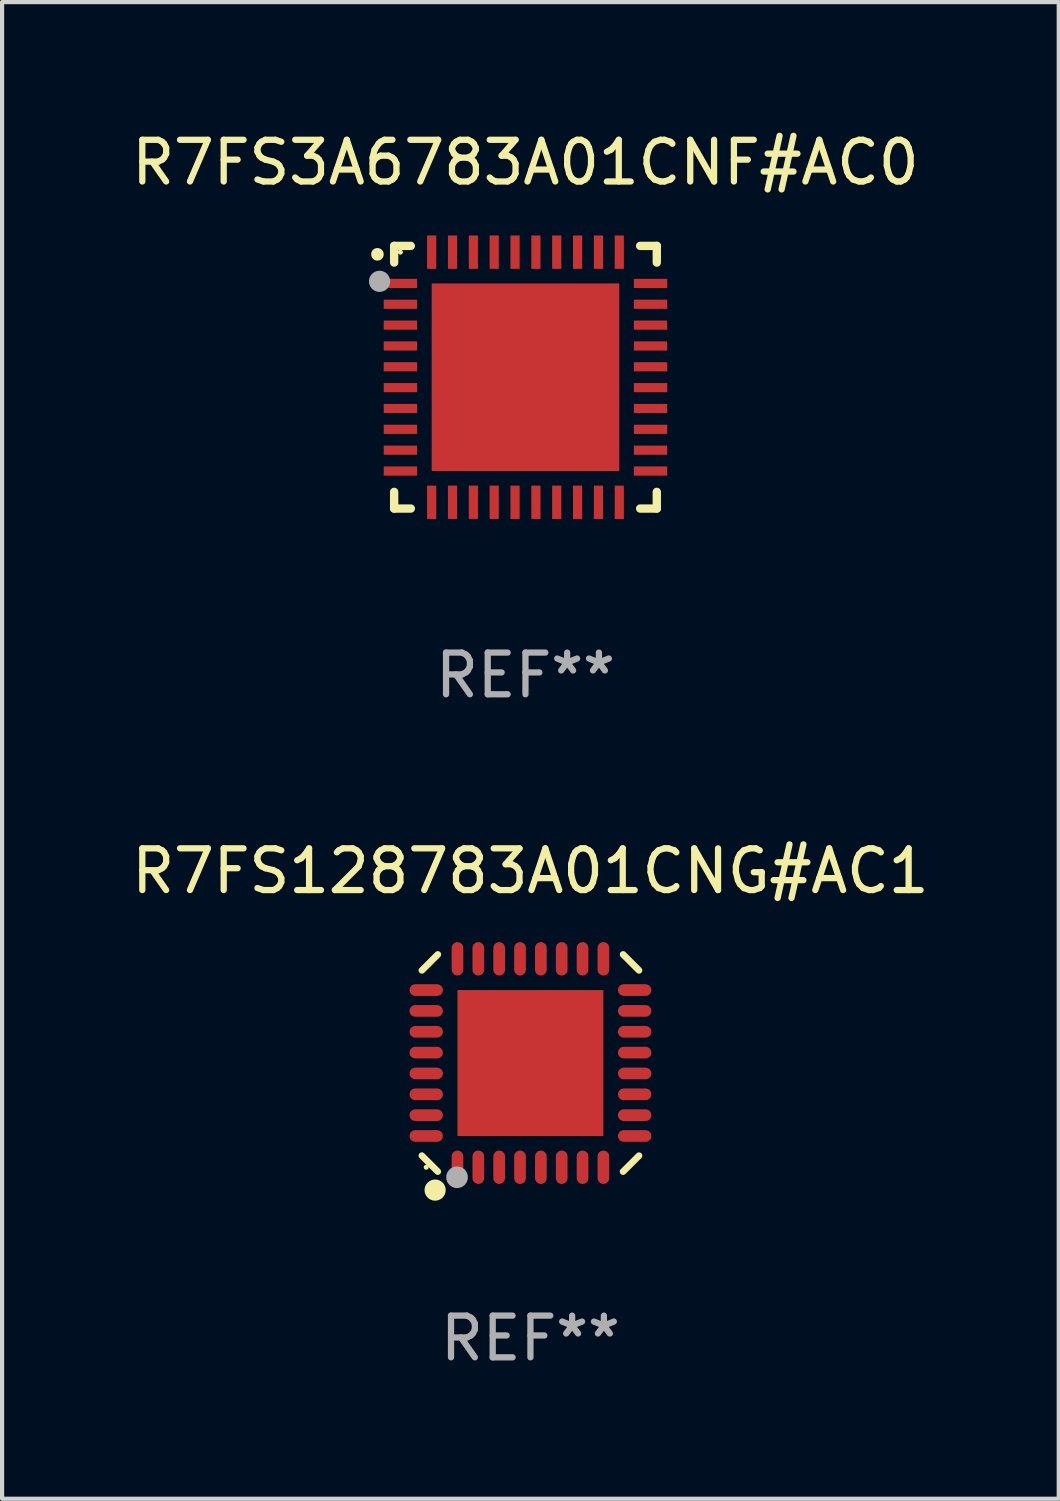
<source format=kicad_pcb>
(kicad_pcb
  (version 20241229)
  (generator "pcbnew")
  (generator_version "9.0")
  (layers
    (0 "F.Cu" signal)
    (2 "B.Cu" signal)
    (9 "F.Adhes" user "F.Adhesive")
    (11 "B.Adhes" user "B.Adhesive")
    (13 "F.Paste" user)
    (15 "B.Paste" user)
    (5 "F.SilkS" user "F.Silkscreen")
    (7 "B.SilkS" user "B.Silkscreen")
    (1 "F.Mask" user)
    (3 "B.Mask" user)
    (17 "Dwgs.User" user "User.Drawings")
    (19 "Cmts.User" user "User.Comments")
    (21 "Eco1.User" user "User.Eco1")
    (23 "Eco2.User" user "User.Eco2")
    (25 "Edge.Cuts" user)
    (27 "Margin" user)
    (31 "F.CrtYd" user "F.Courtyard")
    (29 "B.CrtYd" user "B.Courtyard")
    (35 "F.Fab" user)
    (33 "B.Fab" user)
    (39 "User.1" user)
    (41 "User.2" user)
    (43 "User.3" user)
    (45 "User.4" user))
  (footprint "R7FS3A6783A01CNF#AC0"
    (layer "F.Cu")
    (at 9.554 5.998)
    (property "Reference" "R7FS3A6783A01CNF#AC0" (at 0 -5.15 0) (layer "F.SilkS") (effects (font (size 1 1) (thickness 0.15))))
    (attr through_hole)
    (fp_line (start -3.15 -3.15) (end -2.75 -3.15) (stroke (width 0.2) (type solid)) (layer "F.SilkS"))
    (fp_line (start -3.15 -2.75) (end -3.15 -3.15) (stroke (width 0.2) (type solid)) (layer "F.SilkS"))
    (fp_line (start -3.15 3.15) (end -3.15 2.75) (stroke (width 0.2) (type solid)) (layer "F.SilkS"))
    (fp_line (start -2.75 3.15) (end -3.15 3.15) (stroke (width 0.2) (type solid)) (layer "F.SilkS"))
    (fp_line (start 2.75 -3.15) (end 3.15 -3.15) (stroke (width 0.2) (type solid)) (layer "F.SilkS"))
    (fp_line (start 2.75 3.15) (end 3.15 3.15) (stroke (width 0.2) (type solid)) (layer "F.SilkS"))
    (fp_line (start 3.15 -3.15) (end 3.15 -2.75) (stroke (width 0.2) (type solid)) (layer "F.SilkS"))
    (fp_line (start 3.15 3.15) (end 3.15 2.75) (stroke (width 0.2) (type solid)) (layer "F.SilkS"))
    (fp_arc (start -3.550927 -2.946406) (mid -3.550932 -2.947676) (end -3.550927 -2.948946) (stroke (width 0.3) (type solid)) (layer "F.SilkS"))
    (fp_circle (center -3 -3) (end -2.97 -3) (stroke (width 0.06) (type solid)) (fill no) (layer "F.SilkS"))
    (fp_circle (center -3.5 -2.3) (end -3.373 -2.3) (stroke (width 0.254) (type solid)) (fill no) (layer "F.Fab"))
    (fp_text user "REF**" (at 0 7.15 0) (layer "F.Fab") (effects (font (size 1 1) (thickness 0.15))))
    (pad "1" smd rect (at -3 -2.25) (size 0.8 0.22) (layers "F.Cu" "F.Mask" "F.Paste"))
    (pad "2" smd rect (at -3 -1.75) (size 0.8 0.22) (layers "F.Cu" "F.Mask" "F.Paste"))
    (pad "3" smd rect (at -3 -1.25) (size 0.8 0.22) (layers "F.Cu" "F.Mask" "F.Paste"))
    (pad "4" smd rect (at -3 -0.75) (size 0.8 0.22) (layers "F.Cu" "F.Mask" "F.Paste"))
    (pad "5" smd rect (at -3 -0.25) (size 0.8 0.22) (layers "F.Cu" "F.Mask" "F.Paste"))
    (pad "6" smd rect (at -3 0.25) (size 0.8 0.22) (layers "F.Cu" "F.Mask" "F.Paste"))
    (pad "7" smd rect (at -3 0.75) (size 0.8 0.22) (layers "F.Cu" "F.Mask" "F.Paste"))
    (pad "8" smd rect (at -3 1.25) (size 0.8 0.22) (layers "F.Cu" "F.Mask" "F.Paste"))
    (pad "9" smd rect (at -3 1.75) (size 0.8 0.22) (layers "F.Cu" "F.Mask" "F.Paste"))
    (pad "10" smd rect (at -3 2.25) (size 0.8 0.22) (layers "F.Cu" "F.Mask" "F.Paste"))
    (pad "11" smd rect (at -2.25 3) (size 0.22 0.8) (layers "F.Cu" "F.Mask" "F.Paste"))
    (pad "12" smd rect (at -1.75 3) (size 0.22 0.8) (layers "F.Cu" "F.Mask" "F.Paste"))
    (pad "13" smd rect (at -1.25 3) (size 0.22 0.8) (layers "F.Cu" "F.Mask" "F.Paste"))
    (pad "14" smd rect (at -0.75 3) (size 0.22 0.8) (layers "F.Cu" "F.Mask" "F.Paste"))
    (pad "15" smd rect (at -0.25 3) (size 0.22 0.8) (layers "F.Cu" "F.Mask" "F.Paste"))
    (pad "16" smd rect (at 0.25 3) (size 0.22 0.8) (layers "F.Cu" "F.Mask" "F.Paste"))
    (pad "17" smd rect (at 0.75 3) (size 0.22 0.8) (layers "F.Cu" "F.Mask" "F.Paste"))
    (pad "18" smd rect (at 1.25 3) (size 0.22 0.8) (layers "F.Cu" "F.Mask" "F.Paste"))
    (pad "19" smd rect (at 1.75 3) (size 0.22 0.8) (layers "F.Cu" "F.Mask" "F.Paste"))
    (pad "20" smd rect (at 2.25 3) (size 0.22 0.8) (layers "F.Cu" "F.Mask" "F.Paste"))
    (pad "21" smd rect (at 3 2.25) (size 0.8 0.22) (layers "F.Cu" "F.Mask" "F.Paste"))
    (pad "22" smd rect (at 3 1.75) (size 0.8 0.22) (layers "F.Cu" "F.Mask" "F.Paste"))
    (pad "23" smd rect (at 3 1.25) (size 0.8 0.22) (layers "F.Cu" "F.Mask" "F.Paste"))
    (pad "24" smd rect (at 3 0.75) (size 0.8 0.22) (layers "F.Cu" "F.Mask" "F.Paste"))
    (pad "25" smd rect (at 3 0.25) (size 0.8 0.22) (layers "F.Cu" "F.Mask" "F.Paste"))
    (pad "26" smd rect (at 3 -0.25) (size 0.8 0.22) (layers "F.Cu" "F.Mask" "F.Paste"))
    (pad "27" smd rect (at 3 -0.75) (size 0.8 0.22) (layers "F.Cu" "F.Mask" "F.Paste"))
    (pad "28" smd rect (at 3 -1.25) (size 0.8 0.22) (layers "F.Cu" "F.Mask" "F.Paste"))
    (pad "29" smd rect (at 3 -1.75) (size 0.8 0.22) (layers "F.Cu" "F.Mask" "F.Paste"))
    (pad "30" smd rect (at 3 -2.25) (size 0.8 0.22) (layers "F.Cu" "F.Mask" "F.Paste"))
    (pad "31" smd rect (at 2.25 -3) (size 0.22 0.8) (layers "F.Cu" "F.Mask" "F.Paste"))
    (pad "32" smd rect (at 1.75 -3) (size 0.22 0.8) (layers "F.Cu" "F.Mask" "F.Paste"))
    (pad "33" smd rect (at 1.25 -3) (size 0.22 0.8) (layers "F.Cu" "F.Mask" "F.Paste"))
    (pad "34" smd rect (at 0.75 -3) (size 0.22 0.8) (layers "F.Cu" "F.Mask" "F.Paste"))
    (pad "35" smd rect (at 0.25 -3) (size 0.22 0.8) (layers "F.Cu" "F.Mask" "F.Paste"))
    (pad "36" smd rect (at -0.25 -3) (size 0.22 0.8) (layers "F.Cu" "F.Mask" "F.Paste"))
    (pad "37" smd rect (at -0.75 -3) (size 0.22 0.8) (layers "F.Cu" "F.Mask" "F.Paste"))
    (pad "38" smd rect (at -1.25 -3) (size 0.22 0.8) (layers "F.Cu" "F.Mask" "F.Paste"))
    (pad "39" smd rect (at -1.75 -3) (size 0.22 0.8) (layers "F.Cu" "F.Mask" "F.Paste"))
    (pad "40" smd rect (at -2.25 -3) (size 0.22 0.8) (layers "F.Cu" "F.Mask" "F.Paste"))
    (pad "41" smd rect (at -0.000102 0) (size 4.5 4.5) (layers "F.Cu" "F.Mask" "F.Paste")))
  (footprint "R7FS128783A01CNG#AC1"
    (layer "F.Cu")
    (at 9.673 22.448)
    (property "Reference" "R7FS128783A01CNG#AC1" (at 0 -4.604 0) (layer "F.SilkS") (effects (font (size 1 1) (thickness 0.15))))
    (attr through_hole)
    (fp_line (start -2.223 2.603) (end -2.604 2.222) (stroke (width 0.16) (type solid)) (layer "F.SilkS"))
    (fp_line (start -2.222 -2.604) (end -2.603 -2.223) (stroke (width 0.16) (type solid)) (layer "F.SilkS"))
    (fp_line (start 2.223 -2.604) (end 2.604 -2.223) (stroke (width 0.16) (type solid)) (layer "F.SilkS"))
    (fp_line (start 2.604 2.223) (end 2.223 2.604) (stroke (width 0.16) (type solid)) (layer "F.SilkS"))
    (fp_circle (center -2.5 2.5) (end -2.47 2.5) (stroke (width 0.06) (type solid)) (fill no) (layer "F.SilkS"))
    (fp_circle (center -2.286 3.048) (end -2.159 3.048) (stroke (width 0.254) (type solid)) (fill no) (layer "F.SilkS"))
    (fp_circle (center -1.76 2.74) (end -1.63 2.74) (stroke (width 0.26) (type solid)) (fill no) (layer "F.Fab"))
    (fp_text user "REF**" (at 0 6.604 0) (layer "F.Fab") (effects (font (size 1 1) (thickness 0.15))))
    (pad "1" smd oval (at -1.75 2.5) (size 0.28 0.8) (layers "F.Cu" "F.Mask" "F.Paste"))
    (pad "2" smd oval (at -1.25 2.5) (size 0.28 0.8) (layers "F.Cu" "F.Mask" "F.Paste"))
    (pad "3" smd oval (at -0.75 2.5) (size 0.28 0.8) (layers "F.Cu" "F.Mask" "F.Paste"))
    (pad "4" smd oval (at -0.25 2.5) (size 0.28 0.8) (layers "F.Cu" "F.Mask" "F.Paste"))
    (pad "5" smd oval (at 0.25 2.5) (size 0.28 0.8) (layers "F.Cu" "F.Mask" "F.Paste"))
    (pad "6" smd oval (at 0.75 2.5) (size 0.28 0.8) (layers "F.Cu" "F.Mask" "F.Paste"))
    (pad "7" smd oval (at 1.25 2.5) (size 0.28 0.8) (layers "F.Cu" "F.Mask" "F.Paste"))
    (pad "8" smd oval (at 1.75 2.5) (size 0.28 0.8) (layers "F.Cu" "F.Mask" "F.Paste"))
    (pad "9" smd oval (at 2.5 1.75) (size 0.8 0.28) (layers "F.Cu" "F.Mask" "F.Paste"))
    (pad "10" smd oval (at 2.5 1.25) (size 0.8 0.28) (layers "F.Cu" "F.Mask" "F.Paste"))
    (pad "11" smd oval (at 2.5 0.75) (size 0.8 0.28) (layers "F.Cu" "F.Mask" "F.Paste"))
    (pad "12" smd oval (at 2.5 0.25) (size 0.8 0.28) (layers "F.Cu" "F.Mask" "F.Paste"))
    (pad "13" smd oval (at 2.5 -0.25) (size 0.8 0.28) (layers "F.Cu" "F.Mask" "F.Paste"))
    (pad "14" smd oval (at 2.5 -0.75) (size 0.8 0.28) (layers "F.Cu" "F.Mask" "F.Paste"))
    (pad "15" smd oval (at 2.5 -1.25) (size 0.8 0.28) (layers "F.Cu" "F.Mask" "F.Paste"))
    (pad "16" smd oval (at 2.5 -1.75) (size 0.8 0.28) (layers "F.Cu" "F.Mask" "F.Paste"))
    (pad "17" smd oval (at 1.75 -2.5) (size 0.28 0.8) (layers "F.Cu" "F.Mask" "F.Paste"))
    (pad "18" smd oval (at 1.25 -2.5) (size 0.28 0.8) (layers "F.Cu" "F.Mask" "F.Paste"))
    (pad "19" smd oval (at 0.75 -2.5) (size 0.28 0.8) (layers "F.Cu" "F.Mask" "F.Paste"))
    (pad "20" smd oval (at 0.25 -2.5) (size 0.28 0.8) (layers "F.Cu" "F.Mask" "F.Paste"))
    (pad "21" smd oval (at -0.25 -2.5) (size 0.28 0.8) (layers "F.Cu" "F.Mask" "F.Paste"))
    (pad "22" smd oval (at -0.75 -2.5) (size 0.28 0.8) (layers "F.Cu" "F.Mask" "F.Paste"))
    (pad "23" smd oval (at -1.25 -2.5) (size 0.28 0.8) (layers "F.Cu" "F.Mask" "F.Paste"))
    (pad "24" smd oval (at -1.75 -2.5) (size 0.28 0.8) (layers "F.Cu" "F.Mask" "F.Paste"))
    (pad "25" smd oval (at -2.5 -1.75) (size 0.8 0.28) (layers "F.Cu" "F.Mask" "F.Paste"))
    (pad "26" smd oval (at -2.5 -1.25) (size 0.8 0.28) (layers "F.Cu" "F.Mask" "F.Paste"))
    (pad "27" smd oval (at -2.5 -0.75) (size 0.8 0.28) (layers "F.Cu" "F.Mask" "F.Paste"))
    (pad "28" smd oval (at -2.5 -0.25) (size 0.8 0.28) (layers "F.Cu" "F.Mask" "F.Paste"))
    (pad "29" smd oval (at -2.5 0.25) (size 0.8 0.28) (layers "F.Cu" "F.Mask" "F.Paste"))
    (pad "30" smd oval (at -2.5 0.75) (size 0.8 0.28) (layers "F.Cu" "F.Mask" "F.Paste"))
    (pad "31" smd oval (at -2.5 1.25) (size 0.8 0.28) (layers "F.Cu" "F.Mask" "F.Paste"))
    (pad "32" smd oval (at -2.5 1.75) (size 0.8 0.28) (layers "F.Cu" "F.Mask" "F.Paste"))
    (pad "33" smd rect (at 0.000038 -0.000025) (size 3.5 3.5) (layers "F.Cu" "F.Mask" "F.Paste")))
  (gr_rect
    (start -3 -3)
    (end 22.345 32.9)
    (stroke (width 0.1) (type default))
    (fill no)
    (layer "Edge.Cuts")))
</source>
